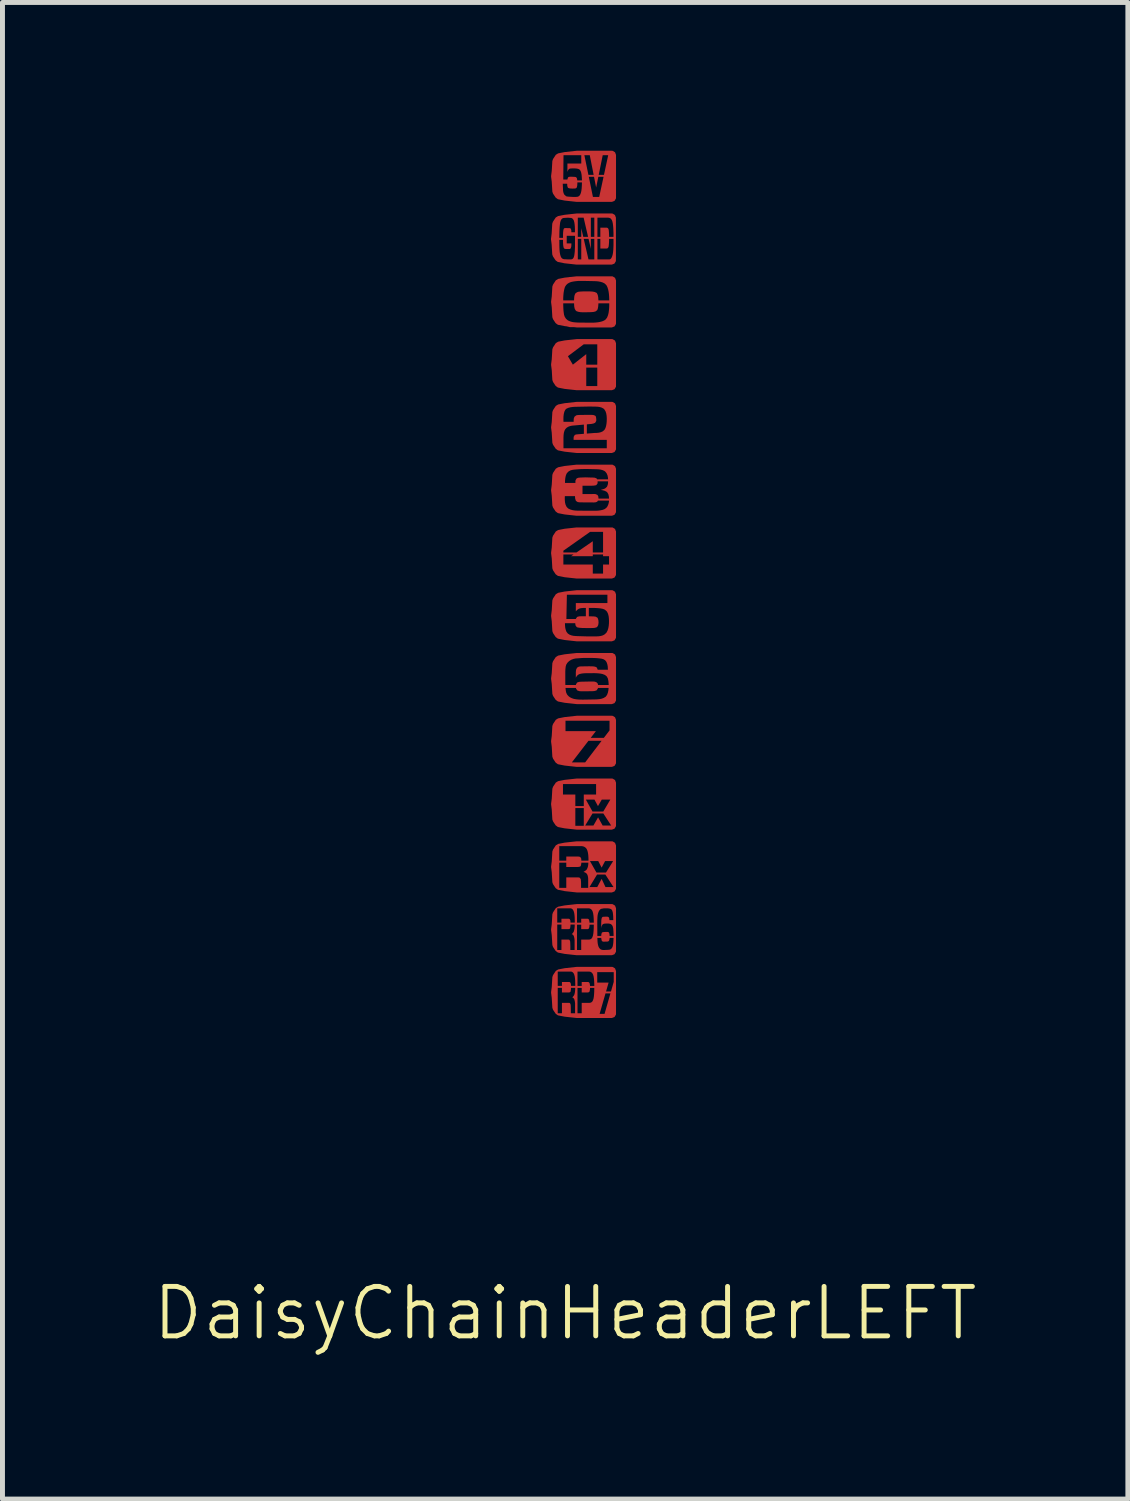
<source format=kicad_pcb>
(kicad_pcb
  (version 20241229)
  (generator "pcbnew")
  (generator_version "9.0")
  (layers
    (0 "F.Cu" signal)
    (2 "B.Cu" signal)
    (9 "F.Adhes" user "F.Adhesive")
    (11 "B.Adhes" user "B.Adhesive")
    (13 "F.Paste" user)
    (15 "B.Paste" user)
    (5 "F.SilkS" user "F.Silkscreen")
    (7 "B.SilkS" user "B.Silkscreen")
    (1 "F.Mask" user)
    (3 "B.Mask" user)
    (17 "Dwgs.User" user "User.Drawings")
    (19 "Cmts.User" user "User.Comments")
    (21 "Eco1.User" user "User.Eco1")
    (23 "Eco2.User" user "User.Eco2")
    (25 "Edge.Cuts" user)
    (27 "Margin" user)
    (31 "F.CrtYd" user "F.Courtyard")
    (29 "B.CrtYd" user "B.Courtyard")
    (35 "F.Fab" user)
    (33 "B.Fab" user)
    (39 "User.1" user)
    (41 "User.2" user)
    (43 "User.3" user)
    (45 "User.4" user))
  (footprint "DaisyChainHeaderLEFT"
    (layer "F.Cu")
    (at 8.133 0.517)
    (property "Reference" "DaisyChainHeaderLEFT" (at 0.25 23 0) (unlocked yes) (layer "F.SilkS") (effects (font (size 1 1) (thickness 0.1))))
    (attr smd)
    (pad "1" smd custom (at 0 0) (size 0.046 0.046) (layers "F.Cu" "F.Mask") (options (anchor circle)) (primitives (gr_poly (pts (xy 0.474 -0.506) (xy 0.246 -0.481) (xy 0.239 -0.48) (xy 0.112 -0.455) (xy 0.068 -0.428) (xy 0.065 -0.423) (xy 0.014 -0.346) (xy 0.001 -0.309) (xy -0.011 -0.109) (xy -0.024 -0.009) (xy -0.024 0.009) (xy -0.011 0.109) (xy 0.001 0.309) (xy 0.014 0.346) (xy 0.065 0.423) (xy 0.106 0.453) (xy 0.112 0.455) (xy 0.239 0.48) (xy 0.246 0.481) (xy 0.474 0.506) (xy 0.483 0.507) (xy 1.194 0.507) (xy 1.242 0.489) (xy 1.268 0.445) (xy 1.269 0.432) (xy 1.269 -0.432) (xy 1.251 -0.48) (xy 1.207 -0.506) (xy 1.194 -0.507) (xy 0.483 -0.507)) (width 0.02) (fill no)) (gr_poly (pts (xy 1.119 -0.45) (xy 1.15 0.36) (xy 1.016 0.507) (xy 1.194 0.507) (xy 1.242 0.489) (xy 1.268 0.445) (xy 1.269 0.432) (xy 1.269 -0.432) (xy 1.26 -0.456) (xy 1.251 -0.48) (xy 1.207 -0.506) (xy 1.194 -0.507) (xy 0.91 -0.5)) (width 0.001) (fill yes)) (gr_poly (pts (xy 1.194 0.507) (xy 0.837 0.507) (xy 0.474 0.506) (xy 0.112 0.455) (xy 0.1 0.15) (xy 0.2 0.15) (xy 0.2 0.188) (xy 0.202 0.238) (xy 0.206 0.281) (xy 0.213 0.322) (xy 0.226 0.359) (xy 0.241 0.382) (xy 0.258 0.396) (xy 0.275 0.405) (xy 0.295 0.409) (xy 0.313 0.411) (xy 0.406 0.417) (xy 0.444 0.417) (xy 0.48 0.416) (xy 0.499 0.414) (xy 0.519 0.407) (xy 0.536 0.395) (xy 0.552 0.375) (xy 0.566 0.342) (xy 0.569 0.333) (xy 0.578 0.294) (xy 0.584 0.247) (xy 0.587 0.2) (xy 0.589 0.156) (xy 0.59 0.107) (xy 0.59 0.1) (xy 0.589 0.055) (xy 0.586 0.008) (xy 0.582 -0.036) (xy 0.573 -0.08) (xy 0.567 -0.097) (xy 0.553 -0.124) (xy 0.537 -0.14) (xy 0.52 -0.148) (xy 0.517 -0.149) (xy 0.499 -0.154) (xy 0.481 -0.157) (xy 0.463 -0.159) (xy 0.458 -0.159) (xy 0.44 -0.16) (xy 0.422 -0.16) (xy 0.391 -0.16) (xy 0.361 -0.158) (xy 0.358 -0.158) (xy 0.341 -0.155) (xy 0.324 -0.144) (xy 0.308 -0.121) (xy 0.296 -0.09) (xy 0.296 -0.258) (xy 0.576 -0.258) (xy 0.576 -0.427) (xy 0.639 -0.427) (xy 0.812 0.417) (xy 0.939 0.417) (xy 1.121 -0.427) (xy 1.01 -0.427) (xy 0.877 0.227) (xy 0.748 -0.427) (xy 0.639 -0.427) (xy 0.576 -0.427) (xy 0.217 -0.427) (xy 0.212 0.065) (xy 0.296 0.065) (xy 0.297 0.057) (xy 0.308 0.022) (xy 0.325 0.011) (xy 0.327 0.011) (xy 0.344 0.009) (xy 0.398 0.009) (xy 0.452 0.012) (xy 0.453 0.012) (xy 0.471 0.017) (xy 0.487 0.038) (xy 0.489 0.045) (xy 0.496 0.087) (xy 0.497 0.131) (xy 0.497 0.144) (xy 0.494 0.188) (xy 0.485 0.226) (xy 0.476 0.236) (xy 0.459 0.245) (xy 0.441 0.247) (xy 0.4 0.248) (xy 0.352 0.246) (xy 0.347 0.245) (xy 0.33 0.242) (xy 0.312 0.235) (xy 0.305 0.229) (xy 0.293 0.194) (xy 0.291 0.15) (xy 0.2 0.15) (xy 0.1 0.15) (xy 0.112 -0.455) (xy 0.474 -0.506) (xy 0.846 -0.506) (xy 1.207 -0.506)) (width 0) (fill yes)) (gr_line (start 0.66 -0.01) (end 1.093 -0.01) (width 0.04)) (gr_line (start 0.175 0.103) (end 0.608 0.103) (width 0.04)) (gr_poly (pts (xy 0.474 -0.506) (xy 0.246 -0.481) (xy 0.239 -0.48) (xy 0.112 -0.455) (xy 0.068 -0.428) (xy 0.065 -0.423) (xy 0.014 -0.346) (xy 0.001 -0.309) (xy -0.011 -0.109) (xy -0.024 -0.009) (xy -0.024 0.009) (xy -0.011 0.109) (xy 0.001 0.309) (xy 0.014 0.346) (xy 0.065 0.423) (xy 0.106 0.453) (xy 0.112 0.455) (xy 0.239 0.48) (xy 0.246 0.481) (xy 0.584 0.508) (xy 0.31 0.44) (xy 0.21 0.35) (xy 0.177 -0.373) (xy 0.19 -0.44) (xy 0.483 -0.507)) (width 0.001) (fill yes)) (gr_poly (pts (xy 0.023 -0.014) (xy 0.022 -0.018) (xy 0.02 -0.022) (xy 0.016 -0.025) (xy 0.011 -0.025) (xy -0.011 -0.025) (xy -0.016 -0.025) (xy -0.02 -0.022) (xy -0.022 -0.018) (xy -0.023 -0.014) (xy -0.023 0.014) (xy -0.022 0.018) (xy -0.02 0.022) (xy -0.016 0.025) (xy -0.011 0.025) (xy 0.011 0.025) (xy 0.016 0.025) (xy 0.02 0.022) (xy 0.022 0.018) (xy 0.023 0.014)) (width 0) (fill yes))))
    (pad "2" smd custom (at -0.002 1.269) (size 0.046 0.046) (layers "F.Cu" "F.Mask") (options (anchor circle)) (primitives (gr_poly (pts (xy 0.474 -0.506) (xy 0.246 -0.481) (xy 0.239 -0.48) (xy 0.112 -0.455) (xy 0.068 -0.428) (xy 0.065 -0.423) (xy 0.014 -0.346) (xy 0.001 -0.309) (xy -0.011 -0.109) (xy -0.024 -0.009) (xy -0.024 0.009) (xy -0.011 0.109) (xy 0.001 0.309) (xy 0.014 0.346) (xy 0.065 0.423) (xy 0.106 0.453) (xy 0.112 0.455) (xy 0.239 0.48) (xy 0.246 0.481) (xy 0.474 0.506) (xy 0.483 0.507) (xy 1.194 0.507) (xy 1.242 0.489) (xy 1.268 0.445) (xy 1.269 0.432) (xy 1.269 -0.432) (xy 1.251 -0.48) (xy 1.207 -0.506) (xy 1.194 -0.507) (xy 0.483 -0.507)) (width 0.02) (fill no)) (gr_poly (pts (xy 1.24 -0.43) (xy 1.25 0.4) (xy 1.016 0.507) (xy 1.194 0.507) (xy 1.242 0.489) (xy 1.268 0.445) (xy 1.269 0.432) (xy 1.269 -0.432) (xy 1.26 -0.456) (xy 1.251 -0.48) (xy 1.207 -0.506) (xy 1.194 -0.507) (xy 1.016 -0.508)) (width 0.001) (fill yes)) (gr_line (start 0.472 -0.024) (end 1.242 -0.024) (width 0.04)) (gr_poly (pts (xy 1.09 -0.23) (xy 1.096 -0.23) (xy 1.109 -0.226) (xy 1.122 -0.215) (xy 1.133 -0.188) (xy 1.136 -0.166) (xy 1.139 -0.121) (xy 1.141 -0.073) (xy 1.141 -0.024) (xy 1.141 -0.017) (xy 1.141 0.013) (xy 1.14 0.058) (xy 1.137 0.105) (xy 1.132 0.149) (xy 1.128 0.163) (xy 1.115 0.183) (xy 1.103 0.19) (xy 1.089 0.192) (xy 0.964 0.192) (xy 0.964 -0.23)) (width 0) (fill yes)) (gr_poly (pts (xy 1.272 0.321) (xy 1.271 0.458) (xy 1.075 0.508) (xy 0.488 0.505) (xy 0.244 0.478) (xy 0.067 0.365) (xy 0.067 0.000397) (xy 0.134 0.000397) (xy 0.135 0.105) (xy 0.135 0.121) (xy 0.136 0.168) (xy 0.138 0.216) (xy 0.142 0.263) (xy 0.149 0.305) (xy 0.154 0.325) (xy 0.164 0.354) (xy 0.175 0.376) (xy 0.188 0.39) (xy 0.198 0.397) (xy 0.211 0.403) (xy 0.225 0.407) (xy 0.239 0.409) (xy 0.254 0.409) (xy 0.293 0.411) (xy 0.337 0.412) (xy 0.508 0.412) (xy 0.578 0.412) (xy 0.578 -0.219) (xy 0.724 0.412) (xy 0.842 0.412) (xy 0.842 0.201) (xy 0.905 0.201) (xy 0.905 0.412) (xy 1.146 0.412) (xy 1.148 0.412) (xy 1.162 0.408) (xy 1.176 0.398) (xy 1.189 0.381) (xy 1.2 0.356) (xy 1.204 0.346) (xy 1.214 0.312) (xy 1.221 0.271) (xy 1.225 0.227) (xy 1.226 0.222) (xy 1.228 0.175) (xy 1.23 0.129) (xy 1.23 0.09) (xy 1.23 0.045) (xy 1.23 0.022) (xy 1.23 -0.004) (xy 1.23 -0.053) (xy 1.23 -0.067) (xy 1.23 -0.12) (xy 1.228 -0.169) (xy 1.226 -0.223) (xy 1.222 -0.269) (xy 1.216 -0.316) (xy 1.207 -0.356) (xy 1.201 -0.374) (xy 1.189 -0.396) (xy 1.177 -0.411) (xy 1.162 -0.422) (xy 1.149 -0.427) (xy 1.135 -0.431) (xy 1.119 -0.432) (xy 0.905 -0.432) (xy 0.905 0.201) (xy 0.842 0.201) (xy 0.842 -0.432) (xy 0.772 -0.432) (xy 0.772 0.198) (xy 0.626 -0.432) (xy 0.508 -0.432) (xy 0.508 0.412) (xy 0.337 0.412) (xy 0.375 0.411) (xy 0.386 0.409) (xy 0.4 0.403) (xy 0.415 0.39) (xy 0.426 0.369) (xy 0.436 0.336) (xy 0.442 0.294) (xy 0.447 0.249) (xy 0.449 0.205) (xy 0.451 0.154) (xy 0.451 0.108) (xy 0.451 -0.066) (xy 0.284 -0.066) (xy 0.284 0.088) (xy 0.378 0.088) (xy 0.378 0.11) (xy 0.376 0.15) (xy 0.367 0.183) (xy 0.364 0.188) (xy 0.351 0.199) (xy 0.338 0.202) (xy 0.272 0.201) (xy 0.268 0.201) (xy 0.255 0.2) (xy 0.248 0.198) (xy 0.235 0.193) (xy 0.224 0.181) (xy 0.216 0.149) (xy 0.212 0.12) (xy 0.209 0.075) (xy 0.209 0.029) (xy 0.209 -0.044) (xy 0.209 -0.05) (xy 0.209 -0.094) (xy 0.211 -0.139) (xy 0.216 -0.181) (xy 0.223 -0.205) (xy 0.235 -0.219) (xy 0.249 -0.222) (xy 0.334 -0.221) (xy 0.34 -0.221) (xy 0.353 -0.219) (xy 0.353 -0.219) (xy 0.366 -0.21) (xy 0.375 -0.183) (xy 0.376 -0.181) (xy 0.378 -0.137) (xy 0.45 -0.137) (xy 0.45 -0.152) (xy 0.45 -0.2) (xy 0.448 -0.251) (xy 0.444 -0.295) (xy 0.438 -0.336) (xy 0.429 -0.372) (xy 0.426 -0.378) (xy 0.414 -0.399) (xy 0.4 -0.414) (xy 0.386 -0.423) (xy 0.373 -0.427) (xy 0.359 -0.428) (xy 0.309 -0.432) (xy 0.289 -0.431) (xy 0.234 -0.427) (xy 0.23 -0.427) (xy 0.215 -0.425) (xy 0.201 -0.42) (xy 0.186 -0.409) (xy 0.173 -0.394) (xy 0.161 -0.37) (xy 0.151 -0.334) (xy 0.15 -0.328) (xy 0.145 -0.286) (xy 0.141 -0.244) (xy 0.138 -0.194) (xy 0.136 -0.148) (xy 0.135 -0.098) (xy 0.134 -0.044) (xy 0.134 0.000397) (xy 0.067 0.005) (xy 0.117 -0.457) (xy 0.479 -0.509) (xy 0.834 -0.503) (xy 1.199 -0.509) (xy 1.274 -0.434)) (width 0) (fill yes)) (gr_line (start 0.052 -0.004) (end 0.212 -0.004) (width 0.04)) (gr_poly (pts (xy 0.474 -0.506) (xy 0.246 -0.481) (xy 0.239 -0.48) (xy 0.112 -0.455) (xy 0.068 -0.428) (xy 0.065 -0.423) (xy 0.014 -0.346) (xy 0.001 -0.309) (xy -0.011 -0.109) (xy -0.024 -0.009) (xy -0.024 0.009) (xy -0.011 0.109) (xy 0.001 0.309) (xy 0.014 0.346) (xy 0.065 0.423) (xy 0.106 0.453) (xy 0.112 0.455) (xy 0.239 0.48) (xy 0.246 0.481) (xy 0.584 0.508) (xy 0.2 0.43) (xy 0.115 0.289) (xy 0.14 -0.38) (xy 0.19 -0.45) (xy 0.483 -0.507)) (width 0.001) (fill yes)) (gr_poly (pts (xy 0.023 -0.014) (xy 0.022 -0.018) (xy 0.02 -0.022) (xy 0.016 -0.025) (xy 0.011 -0.025) (xy -0.011 -0.025) (xy -0.016 -0.025) (xy -0.02 -0.022) (xy -0.022 -0.018) (xy -0.023 -0.014) (xy -0.023 0.014) (xy -0.022 0.018) (xy -0.02 0.022) (xy -0.016 0.025) (xy -0.011 0.025) (xy 0.011 0.025) (xy 0.016 0.025) (xy 0.02 0.022) (xy 0.022 0.018) (xy 0.023 0.014)) (width 0) (fill yes))))
    (pad "3" smd custom (at 0 2.54 180) (size 0.046 0.046) (layers "F.Cu" "F.Mask") (options (anchor circle)) (primitives (gr_poly (pts (xy -0.474 0.506) (xy -0.246 0.481) (xy -0.239 0.48) (xy -0.112 0.455) (xy -0.068 0.428) (xy -0.065 0.423) (xy -0.014 0.346) (xy -0.001 0.309) (xy 0.011 0.109) (xy 0.024 0.009) (xy 0.024 -0.009) (xy 0.011 -0.109) (xy -0.001 -0.309) (xy -0.014 -0.346) (xy -0.065 -0.423) (xy -0.106 -0.453) (xy -0.112 -0.455) (xy -0.239 -0.48) (xy -0.246 -0.481) (xy -0.474 -0.506) (xy -0.483 -0.507) (xy -1.194 -0.507) (xy -1.242 -0.489) (xy -1.268 -0.445) (xy -1.269 -0.432) (xy -1.269 0.432) (xy -1.251 0.48) (xy -1.207 0.506) (xy -1.194 0.507) (xy -0.483 0.507)) (width 0.02) (fill no)) (gr_poly (pts (xy -1.18 0.35) (xy -1.16 -0.33) (xy -0.98 -0.5) (xy -1.194 -0.507) (xy -1.242 -0.489) (xy -1.268 -0.445) (xy -1.269 -0.432) (xy -1.269 0.432) (xy -1.26 0.456) (xy -1.251 0.48) (xy -1.207 0.506) (xy -1.194 0.507) (xy -0.887 0.502)) (width 0.001) (fill yes)) (gr_line (start -0.203 0) (end -1.143 0) (width 0.06)) (gr_poly (pts (xy -0.62 0.212) (xy -0.582 0.21) (xy -0.559 0.209) (xy -0.52 0.205) (xy -0.504 0.201) (xy -0.468 0.181) (xy -0.452 0.163) (xy -0.437 0.121) (xy -0.432 0.076) (xy -0.43 0.03) (xy -0.43 0.016) (xy -0.43 -0.001) (xy -0.43 -0.019) (xy -0.431 -0.049) (xy -0.434 -0.096) (xy -0.444 -0.141) (xy -0.467 -0.179) (xy -0.486 -0.191) (xy -0.526 -0.203) (xy -0.567 -0.209) (xy -0.612 -0.21) (xy -0.673 -0.21) (xy -0.762 -0.208) (xy -0.782 -0.207) (xy -0.822 -0.204) (xy -0.863 -0.194) (xy -0.898 -0.168) (xy -0.909 -0.142) (xy -0.918 -0.096) (xy -0.922 -0.046) (xy -0.923 -0.002) (xy -0.923 0.013) (xy -0.922 0.044) (xy -0.919 0.092) (xy -0.91 0.139) (xy -0.891 0.178) (xy -0.887 0.182) (xy -0.848 0.2) (xy -0.805 0.208) (xy -0.765 0.211) (xy -0.726 0.212)) (width 0) (fill yes)) (gr_poly (pts (xy -0.094 -0.449) (xy -0.346 -0.511) (xy -0.887 -0.511) (xy -1.249 -0.459) (xy -1.242 0.005) (xy -1.142 0.005) (xy -1.142 -0.042) (xy -1.142 -0.072) (xy -1.14 -0.127) (xy -1.135 -0.177) (xy -1.129 -0.222) (xy -1.117 -0.27) (xy -1.099 -0.316) (xy -1.071 -0.354) (xy -1.039 -0.377) (xy -0.996 -0.395) (xy -0.953 -0.406) (xy -0.912 -0.413) (xy -0.867 -0.418) (xy -0.817 -0.421) (xy -0.776 -0.421) (xy -0.541 -0.419) (xy -0.531 -0.419) (xy -0.485 -0.417) (xy -0.443 -0.414) (xy -0.398 -0.408) (xy -0.354 -0.396) (xy -0.314 -0.379) (xy -0.297 -0.368) (xy -0.266 -0.34) (xy -0.241 -0.3) (xy -0.227 -0.259) (xy -0.223 -0.231) (xy -0.217 -0.184) (xy -0.214 -0.136) (xy -0.212 -0.09) (xy -0.211 -0.04) (xy -0.211 0.005) (xy -0.211 0.029) (xy -0.211 0.075) (xy -0.213 0.12) (xy -0.217 0.165) (xy -0.22 0.191) (xy -0.228 0.237) (xy -0.239 0.28) (xy -0.247 0.304) (xy -0.271 0.341) (xy -0.301 0.369) (xy -0.332 0.387) (xy -0.369 0.402) (xy -0.41 0.411) (xy -0.418 0.412) (xy -0.457 0.418) (xy -0.499 0.422) (xy -0.506 0.423) (xy -0.546 0.424) (xy -0.588 0.424) (xy -0.675 0.423) (xy -0.819 0.42) (xy -0.832 0.42) (xy -0.88 0.418) (xy -0.924 0.414) (xy -0.972 0.404) (xy -1.013 0.391) (xy -1.052 0.37) (xy -1.085 0.337) (xy -1.104 0.3) (xy -1.12 0.251) (xy -1.13 0.202) (xy -1.136 0.156) (xy -1.14 0.106) (xy -1.142 0.05) (xy -1.142 0.013) (xy -1.142 0.005) (xy -1.242 0.005) (xy -1.182 0.466) (xy -0.887 0.502) (xy -0.346 0.504) (xy -0.102 0.452)) (width 0) (fill yes)) (gr_poly (pts (xy -0.474 0.506) (xy -0.246 0.481) (xy -0.239 0.48) (xy -0.112 0.455) (xy -0.068 0.428) (xy -0.065 0.423) (xy -0.014 0.346) (xy -0.001 0.309) (xy 0.011 0.109) (xy 0.024 0.009) (xy 0.024 -0.009) (xy 0.011 -0.109) (xy -0.001 -0.309) (xy -0.014 -0.346) (xy -0.065 -0.423) (xy -0.106 -0.453) (xy -0.112 -0.455) (xy -0.239 -0.48) (xy -0.246 -0.481) (xy -0.584 -0.508) (xy -0.28 -0.42) (xy -0.165 -0.269) (xy -0.165 0.264) (xy -0.22 0.38) (xy -0.483 0.507)) (width 0.001) (fill yes)) (gr_poly (pts (xy -0.023 0.014) (xy -0.022 0.018) (xy -0.02 0.022) (xy -0.016 0.025) (xy -0.011 0.025) (xy 0.011 0.025) (xy 0.016 0.025) (xy 0.02 0.022) (xy 0.022 0.018) (xy 0.023 0.014) (xy 0.023 -0.014) (xy 0.022 -0.018) (xy 0.02 -0.022) (xy 0.016 -0.025) (xy 0.011 -0.025) (xy -0.011 -0.025) (xy -0.016 -0.025) (xy -0.02 -0.022) (xy -0.022 -0.018) (xy -0.023 -0.014)) (width 0) (fill yes))))
    (pad "4" smd custom (at 0 3.81) (size 0.046 0.046) (layers "F.Cu" "F.Mask") (options (anchor circle)) (primitives (gr_poly (pts (xy 0.023 -0.014) (xy 0.022 -0.018) (xy 0.02 -0.022) (xy 0.016 -0.025) (xy 0.011 -0.025) (xy -0.011 -0.025) (xy -0.016 -0.025) (xy -0.02 -0.022) (xy -0.022 -0.018) (xy -0.023 -0.014) (xy -0.023 0.014) (xy -0.022 0.018) (xy -0.02 0.022) (xy -0.016 0.025) (xy -0.011 0.025) (xy 0.011 0.025) (xy 0.016 0.025) (xy 0.02 0.022) (xy 0.022 0.018) (xy 0.023 0.014)) (width 0) (fill yes)) (gr_poly (pts (xy 0.474 -0.506) (xy 0.246 -0.481) (xy 0.239 -0.48) (xy 0.112 -0.455) (xy 0.068 -0.428) (xy 0.065 -0.423) (xy 0.014 -0.346) (xy 0.001 -0.309) (xy -0.011 -0.109) (xy -0.024 -0.009) (xy -0.024 0.009) (xy -0.011 0.109) (xy 0.001 0.309) (xy 0.014 0.346) (xy 0.065 0.423) (xy 0.106 0.453) (xy 0.112 0.455) (xy 0.239 0.48) (xy 0.246 0.481) (xy 0.474 0.506) (xy 0.483 0.507) (xy 1.194 0.507) (xy 1.242 0.489) (xy 1.268 0.445) (xy 1.269 0.432) (xy 1.269 -0.432) (xy 1.251 -0.48) (xy 1.207 -0.506) (xy 1.194 -0.507) (xy 0.483 -0.507)) (width 0.02) (fill no)) (gr_poly (pts (xy 1.1 -0.2) (xy 1.016 0.507) (xy 1.194 0.507) (xy 1.242 0.489) (xy 1.268 0.445) (xy 1.269 0.432) (xy 1.269 -0.432) (xy 1.26 -0.456) (xy 1.251 -0.48) (xy 1.207 -0.506) (xy 1.194 -0.507) (xy 1.016 -0.508)) (width 0.001) (fill yes)) (gr_poly (pts (xy 1.129 -0.5) (xy 1.14 0.487) (xy 0.911 0.513) (xy 0.483 0.507) (xy 0.239 0.48) (xy 0.206 -0.171) (xy 0.306 -0.171) (xy 0.406 0) (xy 0.677 -0.213) (xy 0.677 0.433) (xy 0.9 0.433) (xy 0.9 -0.411) (xy 0.625 -0.411) (xy 0.306 -0.171) (xy 0.206 -0.171) (xy 0.474 -0.506) (xy 0.911 -0.5)) (width 0) (fill yes)) (gr_line (start 0.939 0.03) (end 0.339 0.03) (width 0.06)) (gr_poly (pts (xy 0.474 -0.506) (xy 0.246 -0.481) (xy 0.239 -0.48) (xy 0.112 -0.455) (xy 0.068 -0.428) (xy 0.065 -0.423) (xy 0.014 -0.346) (xy 0.001 -0.309) (xy -0.011 -0.109) (xy -0.024 -0.009) (xy -0.024 0.009) (xy -0.011 0.109) (xy 0.001 0.309) (xy 0.014 0.346) (xy 0.065 0.423) (xy 0.106 0.453) (xy 0.112 0.455) (xy 0.239 0.48) (xy 0.246 0.481) (xy 0.474 0.506) (xy 0.283 0.269) (xy 0.283 -0.264) (xy 0.406 -0.406) (xy 0.483 -0.507)) (width 0.001) (fill yes))))
    (pad "5" smd custom (at 0 5.08) (size 0.046 0.046) (layers "F.Cu" "F.Mask") (options (anchor circle)) (primitives (gr_poly (pts (xy 0.023 -0.014) (xy 0.022 -0.018) (xy 0.02 -0.022) (xy 0.016 -0.025) (xy 0.011 -0.025) (xy -0.011 -0.025) (xy -0.016 -0.025) (xy -0.02 -0.022) (xy -0.022 -0.018) (xy -0.023 -0.014) (xy -0.023 0.014) (xy -0.022 0.018) (xy -0.02 0.022) (xy -0.016 0.025) (xy -0.011 0.025) (xy 0.011 0.025) (xy 0.016 0.025) (xy 0.02 0.022) (xy 0.022 0.018) (xy 0.023 0.014)) (width 0) (fill yes)) (gr_poly (pts (xy 0.474 -0.506) (xy 0.246 -0.481) (xy 0.239 -0.48) (xy 0.112 -0.455) (xy 0.068 -0.428) (xy 0.065 -0.423) (xy 0.014 -0.346) (xy 0.001 -0.309) (xy -0.011 -0.109) (xy -0.024 -0.009) (xy -0.024 0.009) (xy -0.011 0.109) (xy 0.001 0.309) (xy 0.014 0.346) (xy 0.065 0.423) (xy 0.106 0.453) (xy 0.112 0.455) (xy 0.239 0.48) (xy 0.246 0.481) (xy 0.474 0.506) (xy 0.483 0.507) (xy 1.194 0.507) (xy 1.242 0.489) (xy 1.268 0.445) (xy 1.269 0.432) (xy 1.269 -0.432) (xy 1.251 -0.48) (xy 1.207 -0.506) (xy 1.194 -0.507) (xy 0.483 -0.507)) (width 0.02) (fill no)) (gr_poly (pts (xy 1.11 -0.45) (xy 1.11 0.46) (xy 1.016 0.507) (xy 1.194 0.507) (xy 1.242 0.489) (xy 1.268 0.445) (xy 1.269 0.432) (xy 1.269 -0.432) (xy 1.26 -0.456) (xy 1.251 -0.48) (xy 1.207 -0.506) (xy 1.194 -0.507) (xy 1.016 -0.508)) (width 0.001) (fill yes)) (gr_poly (pts (xy 1.194 0.507) (xy 0.824 0.5) (xy 0.483 0.507) (xy 0.112 0.455) (xy 0.119 0.32) (xy 0.115 -0.173) (xy 0.215 -0.173) (xy 0.216 -0.114) (xy 0.422 -0.114) (xy 0.422 -0.143) (xy 0.425 -0.182) (xy 0.439 -0.217) (xy 0.44 -0.218) (xy 0.473 -0.243) (xy 0.488 -0.248) (xy 0.527 -0.252) (xy 0.66 -0.254) (xy 0.776 -0.254) (xy 0.78 -0.254) (xy 0.819 -0.252) (xy 0.858 -0.238) (xy 0.873 -0.217) (xy 0.879 -0.173) (xy 0.88 -0.155) (xy 0.879 -0.132) (xy 0.857 -0.094) (xy 0.822 -0.079) (xy 0.782 -0.071) (xy 0.39 -0.036) (xy 0.36 -0.03) (xy 0.32 -0.017) (xy 0.283 0.004) (xy 0.254 0.034) (xy 0.237 0.065) (xy 0.224 0.109) (xy 0.218 0.156) (xy 0.216 0.204) (xy 0.216 0.421) (xy 1.092 0.421) (xy 1.092 0.252) (xy 0.421 0.252) (xy 0.421 0.215) (xy 0.423 0.189) (xy 0.445 0.151) (xy 0.474 0.142) (xy 0.514 0.138) (xy 0.671 0.126) (xy 0.856 0.111) (xy 0.889 0.111) (xy 0.934 0.106) (xy 0.973 0.096) (xy 1.009 0.08) (xy 1.044 0.051) (xy 1.065 0.014) (xy 1.078 -0.028) (xy 1.086 -0.072) (xy 1.091 -0.123) (xy 1.092 -0.17) (xy 1.092 -0.188) (xy 1.089 -0.235) (xy 1.081 -0.284) (xy 1.066 -0.328) (xy 1.042 -0.366) (xy 1.025 -0.382) (xy 0.989 -0.401) (xy 0.95 -0.413) (xy 0.911 -0.419) (xy 0.867 -0.421) (xy 0.741 -0.423) (xy 0.491 -0.418) (xy 0.444 -0.417) (xy 0.402 -0.414) (xy 0.358 -0.408) (xy 0.316 -0.397) (xy 0.274 -0.378) (xy 0.254 -0.358) (xy 0.234 -0.319) (xy 0.222 -0.271) (xy 0.216 -0.221) (xy 0.215 -0.173) (xy 0.115 -0.173) (xy 0.239 -0.48) (xy 0.483 -0.507) (xy 0.816 -0.513) (xy 1.159 -0.49)) (width 0) (fill yes)) (gr_line (start 0.659 -0.065) (end 0.659 0.145) (width 0.06)) (gr_poly (pts (xy 0.474 -0.506) (xy 0.246 -0.481) (xy 0.239 -0.48) (xy 0.112 -0.455) (xy 0.068 -0.428) (xy 0.065 -0.423) (xy 0.014 -0.346) (xy 0.001 -0.309) (xy -0.011 -0.109) (xy -0.024 -0.009) (xy -0.024 0.009) (xy -0.011 0.109) (xy 0.001 0.309) (xy 0.014 0.346) (xy 0.065 0.423) (xy 0.106 0.453) (xy 0.112 0.455) (xy 0.239 0.48) (xy 0.246 0.481) (xy 0.474 0.506) (xy 0.33 0.45) (xy 0.16 0.43) (xy 0.18 -0.254) (xy 0.23 -0.39) (xy 0.483 -0.507)) (width 0.001) (fill yes))))
    (pad "6" smd custom (at 0 6.35) (size 0.046 0.046) (layers "F.Cu" "F.Mask") (options (anchor circle)) (primitives (gr_poly (pts (xy 0.474 -0.506) (xy 0.246 -0.481) (xy 0.239 -0.48) (xy 0.112 -0.455) (xy 0.068 -0.428) (xy 0.065 -0.423) (xy 0.014 -0.346) (xy 0.001 -0.309) (xy -0.011 -0.109) (xy -0.024 -0.009) (xy -0.024 0.009) (xy -0.011 0.109) (xy 0.001 0.309) (xy 0.014 0.346) (xy 0.065 0.423) (xy 0.106 0.453) (xy 0.112 0.455) (xy 0.239 0.48) (xy 0.246 0.481) (xy 0.474 0.506) (xy 0.33 0.45) (xy 0.17 0.279) (xy 0.17 -0.254) (xy 0.27 -0.42) (xy 0.483 -0.507)) (width 0.001) (fill yes)) (gr_poly (pts (xy 1.194 0.507) (xy 0.853 0.505) (xy 0.474 0.506) (xy 0.112 0.455) (xy 0.142 0.166) (xy 0.242 0.166) (xy 0.243 0.194) (xy 0.247 0.245) (xy 0.259 0.294) (xy 0.28 0.338) (xy 0.31 0.368) (xy 0.314 0.371) (xy 0.354 0.39) (xy 0.398 0.403) (xy 0.441 0.41) (xy 0.481 0.413) (xy 0.526 0.414) (xy 0.669 0.415) (xy 0.846 0.415) (xy 0.879 0.415) (xy 0.919 0.413) (xy 0.964 0.407) (xy 1.01 0.397) (xy 1.047 0.383) (xy 1.083 0.357) (xy 1.107 0.325) (xy 1.126 0.28) (xy 1.136 0.234) (xy 1.138 0.188) (xy 1.138 0.175) (xy 1.135 0.128) (xy 1.124 0.081) (xy 1.102 0.044) (xy 1.084 0.029) (xy 1.047 0.011) (xy 1.009 0.001) (xy 0.969 -0.006) (xy 0.999 -0.015) (xy 1.039 -0.027) (xy 1.064 -0.04) (xy 1.095 -0.069) (xy 1.101 -0.081) (xy 1.115 -0.122) (xy 1.117 -0.145) (xy 1.119 -0.19) (xy 1.119 -0.207) (xy 1.116 -0.254) (xy 1.107 -0.3) (xy 1.089 -0.342) (xy 1.061 -0.377) (xy 1.042 -0.391) (xy 1.003 -0.408) (xy 0.962 -0.418) (xy 0.922 -0.423) (xy 0.876 -0.425) (xy 0.702 -0.429) (xy 0.672 -0.429) (xy 0.64 -0.429) (xy 0.6 -0.428) (xy 0.561 -0.427) (xy 0.549 -0.426) (xy 0.509 -0.423) (xy 0.468 -0.42) (xy 0.425 -0.416) (xy 0.397 -0.412) (xy 0.358 -0.401) (xy 0.321 -0.381) (xy 0.29 -0.35) (xy 0.277 -0.331) (xy 0.262 -0.29) (xy 0.253 -0.245) (xy 0.248 -0.199) (xy 0.247 -0.147) (xy 0.458 -0.147) (xy 0.457 -0.169) (xy 0.46 -0.2) (xy 0.482 -0.238) (xy 0.516 -0.252) (xy 0.557 -0.256) (xy 0.664 -0.26) (xy 0.789 -0.256) (xy 0.799 -0.256) (xy 0.807 -0.256) (xy 0.849 -0.253) (xy 0.887 -0.238) (xy 0.903 -0.208) (xy 0.907 -0.163) (xy 0.905 -0.136) (xy 0.879 -0.102) (xy 0.871 -0.1) (xy 0.831 -0.093) (xy 0.791 -0.091) (xy 0.752 -0.091) (xy 0.601 -0.091) (xy 0.601 0.078) (xy 0.78 0.078) (xy 0.835 0.076) (xy 0.867 0.079) (xy 0.904 0.096) (xy 0.92 0.124) (xy 0.925 0.168) (xy 0.923 0.195) (xy 0.899 0.232) (xy 0.868 0.244) (xy 0.829 0.248) (xy 0.803 0.247) (xy 0.678 0.247) (xy 0.548 0.245) (xy 0.544 0.245) (xy 0.504 0.24) (xy 0.47 0.217) (xy 0.465 0.21) (xy 0.452 0.166) (xy 0.449 0.12) (xy 0.244 0.12) (xy 0.242 0.166) (xy 0.142 0.166) (xy 0.112 -0.455) (xy 0.474 -0.506) (xy 0.862 -0.508) (xy 1.194 -0.507)) (width 0) (fill yes)) (gr_line (start 1.219 -0.2) (end 0.859 -0.2) (width 0.04)) (gr_line (start 1.199 0.19) (end 0.839 0.19) (width 0.04)) (gr_poly (pts (xy 1.15 -0.45) (xy 1.15 0.46) (xy 1.016 0.507) (xy 1.194 0.507) (xy 1.242 0.489) (xy 1.268 0.445) (xy 1.269 0.432) (xy 1.269 -0.432) (xy 1.26 -0.456) (xy 1.251 -0.48) (xy 1.207 -0.506) (xy 1.194 -0.507) (xy 1.016 -0.508)) (width 0.001) (fill yes)) (gr_poly (pts (xy 0.474 -0.506) (xy 0.246 -0.481) (xy 0.239 -0.48) (xy 0.112 -0.455) (xy 0.068 -0.428) (xy 0.065 -0.423) (xy 0.014 -0.346) (xy 0.001 -0.309) (xy -0.011 -0.109) (xy -0.024 -0.009) (xy -0.024 0.009) (xy -0.011 0.109) (xy 0.001 0.309) (xy 0.014 0.346) (xy 0.065 0.423) (xy 0.106 0.453) (xy 0.112 0.455) (xy 0.239 0.48) (xy 0.246 0.481) (xy 0.474 0.506) (xy 0.483 0.507) (xy 1.194 0.507) (xy 1.242 0.489) (xy 1.268 0.445) (xy 1.269 0.432) (xy 1.269 -0.432) (xy 1.251 -0.48) (xy 1.207 -0.506) (xy 1.194 -0.507) (xy 0.483 -0.507)) (width 0.02) (fill no)) (gr_poly (pts (xy 0.023 -0.014) (xy 0.022 -0.018) (xy 0.02 -0.022) (xy 0.016 -0.025) (xy 0.011 -0.025) (xy -0.011 -0.025) (xy -0.016 -0.025) (xy -0.02 -0.022) (xy -0.022 -0.018) (xy -0.023 -0.014) (xy -0.023 0.014) (xy -0.022 0.018) (xy -0.02 0.022) (xy -0.016 0.025) (xy -0.011 0.025) (xy 0.011 0.025) (xy 0.016 0.025) (xy 0.02 0.022) (xy 0.022 0.018) (xy 0.023 0.014)) (width 0) (fill yes))))
    (pad "7" smd custom (at 0 7.62) (size 0.046 0.046) (layers "F.Cu" "F.Mask") (options (anchor circle)) (primitives (gr_poly (pts (xy 0.474 -0.506) (xy 0.246 -0.481) (xy 0.239 -0.48) (xy 0.112 -0.455) (xy 0.068 -0.428) (xy 0.065 -0.423) (xy 0.014 -0.346) (xy 0.001 -0.309) (xy -0.011 -0.109) (xy -0.024 -0.009) (xy -0.024 0.009) (xy -0.011 0.109) (xy 0.001 0.309) (xy 0.014 0.346) (xy 0.065 0.423) (xy 0.106 0.453) (xy 0.112 0.455) (xy 0.239 0.48) (xy 0.246 0.481) (xy 0.474 0.506) (xy 0.33 0.45) (xy 0.18 0.29) (xy 0.18 0.02) (xy 0.29 -0.36) (xy 0.322 -0.427) (xy 0.483 -0.507)) (width 0.001) (fill yes)) (gr_poly (pts (xy 1.227 0.455) (xy 1.099 0.506) (xy 0.474 0.506) (xy 0.112 0.455) (xy 0.114 -0.046) (xy 0.214 -0.046) (xy 0.214 0.065) (xy 0.214 0.234) (xy 0.809 0.234) (xy 0.809 0.417) (xy 1.017 0.417) (xy 1.017 0.234) (xy 1.138 0.234) (xy 1.138 0.065) (xy 1.017 0.065) (xy 1.017 -0.427) (xy 0.754 -0.427) (xy 0.214 -0.046) (xy 0.114 -0.046) (xy 0.189 -0.44) (xy 0.474 -0.506) (xy 0.856 -0.507) (xy 1.227 -0.455)) (width 0) (fill yes)) (gr_line (start 1.026 0.01) (end 0.211 0.01) (width 0.04)) (gr_poly (pts (xy 0.809 0.065) (xy 0.37 0.065) (xy 0.809 -0.238)) (width 0) (fill yes)) (gr_poly (pts (xy 1.17 -0.44) (xy 1.17 0.47) (xy 1.016 0.507) (xy 1.194 0.507) (xy 1.242 0.489) (xy 1.268 0.445) (xy 1.269 0.432) (xy 1.269 -0.432) (xy 1.26 -0.456) (xy 1.251 -0.48) (xy 1.207 -0.506) (xy 1.194 -0.507) (xy 0.856 -0.507)) (width 0.001) (fill yes)) (gr_poly (pts (xy 0.474 -0.506) (xy 0.246 -0.481) (xy 0.239 -0.48) (xy 0.112 -0.455) (xy 0.068 -0.428) (xy 0.065 -0.423) (xy 0.014 -0.346) (xy 0.001 -0.309) (xy -0.011 -0.109) (xy -0.024 -0.009) (xy -0.024 0.009) (xy -0.011 0.109) (xy 0.001 0.309) (xy 0.014 0.346) (xy 0.065 0.423) (xy 0.106 0.453) (xy 0.112 0.455) (xy 0.239 0.48) (xy 0.246 0.481) (xy 0.474 0.506) (xy 0.483 0.507) (xy 1.194 0.507) (xy 1.242 0.489) (xy 1.268 0.445) (xy 1.269 0.432) (xy 1.269 -0.432) (xy 1.251 -0.48) (xy 1.207 -0.506) (xy 1.194 -0.507) (xy 0.483 -0.507)) (width 0.02) (fill no)) (gr_poly (pts (xy 0.023 -0.014) (xy 0.022 -0.018) (xy 0.02 -0.022) (xy 0.016 -0.025) (xy 0.011 -0.025) (xy -0.011 -0.025) (xy -0.016 -0.025) (xy -0.02 -0.022) (xy -0.022 -0.018) (xy -0.023 -0.014) (xy -0.023 0.014) (xy -0.022 0.018) (xy -0.02 0.022) (xy -0.016 0.025) (xy -0.011 0.025) (xy 0.011 0.025) (xy 0.016 0.025) (xy 0.02 0.022) (xy 0.022 0.018) (xy 0.023 0.014)) (width 0) (fill yes))))
    (pad "8" smd custom (at 0 8.89) (size 0.046 0.046) (layers "F.Cu" "F.Mask") (options (anchor circle)) (primitives (gr_poly (pts (xy 0.474 -0.506) (xy 0.246 -0.481) (xy 0.239 -0.48) (xy 0.112 -0.455) (xy 0.068 -0.428) (xy 0.065 -0.423) (xy 0.014 -0.346) (xy 0.001 -0.309) (xy -0.011 -0.109) (xy -0.024 -0.009) (xy -0.024 0.009) (xy -0.011 0.109) (xy 0.001 0.309) (xy 0.014 0.346) (xy 0.065 0.423) (xy 0.106 0.453) (xy 0.112 0.455) (xy 0.239 0.48) (xy 0.246 0.481) (xy 0.474 0.506) (xy 0.33 0.45) (xy 0.2 0.23) (xy 0.24 -0.26) (xy 0.23 -0.43) (xy 0.483 -0.507)) (width 0.001) (fill yes)) (gr_poly (pts (xy 1.251 0.456) (xy 1.016 0.507) (xy 0.483 0.507) (xy 0.239 0.48) (xy 0.146 0.151) (xy 0.246 0.151) (xy 0.247 0.189) (xy 0.251 0.239) (xy 0.261 0.282) (xy 0.276 0.323) (xy 0.305 0.36) (xy 0.34 0.383) (xy 0.378 0.397) (xy 0.418 0.406) (xy 0.463 0.41) (xy 0.504 0.412) (xy 0.718 0.418) (xy 0.804 0.418) (xy 0.888 0.417) (xy 0.93 0.415) (xy 0.975 0.408) (xy 1.014 0.396) (xy 1.051 0.375) (xy 1.084 0.343) (xy 1.09 0.334) (xy 1.11 0.295) (xy 1.124 0.248) (xy 1.132 0.201) (xy 1.136 0.157) (xy 1.137 0.108) (xy 1.137 0.101) (xy 1.135 0.056) (xy 1.13 0.009) (xy 1.119 -0.035) (xy 1.099 -0.079) (xy 1.085 -0.096) (xy 1.053 -0.123) (xy 1.016 -0.139) (xy 0.977 -0.147) (xy 0.972 -0.148) (xy 0.929 -0.153) (xy 0.888 -0.156) (xy 0.848 -0.158) (xy 0.836 -0.158) (xy 0.795 -0.159) (xy 0.753 -0.159) (xy 0.684 -0.159) (xy 0.614 -0.158) (xy 0.608 -0.157) (xy 0.569 -0.154) (xy 0.53 -0.143) (xy 0.494 -0.12) (xy 0.466 -0.089) (xy 0.466 -0.257) (xy 1.105 -0.257) (xy 1.105 -0.426) (xy 0.285 -0.426) (xy 0.275 0.066) (xy 0.466 0.066) (xy 0.468 0.058) (xy 0.493 0.023) (xy 0.532 0.012) (xy 0.537 0.012) (xy 0.576 0.01) (xy 0.699 0.01) (xy 0.822 0.013) (xy 0.825 0.013) (xy 0.866 0.018) (xy 0.903 0.039) (xy 0.908 0.046) (xy 0.922 0.088) (xy 0.926 0.132) (xy 0.925 0.145) (xy 0.919 0.189) (xy 0.897 0.227) (xy 0.878 0.237) (xy 0.838 0.246) (xy 0.798 0.248) (xy 0.703 0.249) (xy 0.594 0.247) (xy 0.583 0.246) (xy 0.543 0.243) (xy 0.501 0.236) (xy 0.485 0.23) (xy 0.46 0.195) (xy 0.454 0.151) (xy 0.246 0.151) (xy 0.146 0.151) (xy 0.188 -0.47) (xy 0.474 -0.506) (xy 0.912 -0.506) (xy 1.159 -0.5)) (width 0) (fill yes)) (gr_line (start 0.699 0.198) (end 0.699 -0.178) (width 0.06)) (gr_poly (pts (xy 1.16 -0.44) (xy 1.17 0.37) (xy 1.016 0.507) (xy 1.194 0.507) (xy 1.242 0.489) (xy 1.268 0.445) (xy 1.269 0.432) (xy 1.269 -0.432) (xy 1.26 -0.456) (xy 1.251 -0.48) (xy 1.207 -0.506) (xy 1.194 -0.507) (xy 1.016 -0.508)) (width 0.001) (fill yes)) (gr_poly (pts (xy 0.474 -0.506) (xy 0.246 -0.481) (xy 0.239 -0.48) (xy 0.112 -0.455) (xy 0.068 -0.428) (xy 0.065 -0.423) (xy 0.014 -0.346) (xy 0.001 -0.309) (xy -0.011 -0.109) (xy -0.024 -0.009) (xy -0.024 0.009) (xy -0.011 0.109) (xy 0.001 0.309) (xy 0.014 0.346) (xy 0.065 0.423) (xy 0.106 0.453) (xy 0.112 0.455) (xy 0.239 0.48) (xy 0.246 0.481) (xy 0.474 0.506) (xy 0.483 0.507) (xy 1.194 0.507) (xy 1.242 0.489) (xy 1.268 0.445) (xy 1.269 0.432) (xy 1.269 -0.432) (xy 1.251 -0.48) (xy 1.207 -0.506) (xy 1.194 -0.507) (xy 0.483 -0.507)) (width 0.02) (fill no)) (gr_poly (pts (xy 0.023 -0.014) (xy 0.022 -0.018) (xy 0.02 -0.022) (xy 0.016 -0.025) (xy 0.011 -0.025) (xy -0.011 -0.025) (xy -0.016 -0.025) (xy -0.02 -0.022) (xy -0.022 -0.018) (xy -0.023 -0.014) (xy -0.023 0.014) (xy -0.022 0.018) (xy -0.02 0.022) (xy -0.016 0.025) (xy -0.011 0.025) (xy 0.011 0.025) (xy 0.016 0.025) (xy 0.02 0.022) (xy 0.022 0.018) (xy 0.023 0.014)) (width 0) (fill yes))))
    (pad "9" smd custom (at 0 10.16) (size 0.046 0.046) (layers "F.Cu" "F.Mask") (options (anchor circle)) (primitives (gr_poly (pts (xy 0.474 -0.506) (xy 0.246 -0.481) (xy 0.239 -0.48) (xy 0.112 -0.455) (xy 0.068 -0.428) (xy 0.065 -0.423) (xy 0.014 -0.346) (xy 0.001 -0.309) (xy -0.011 -0.109) (xy -0.024 -0.009) (xy -0.024 0.009) (xy -0.011 0.109) (xy 0.001 0.309) (xy 0.014 0.346) (xy 0.065 0.423) (xy 0.106 0.453) (xy 0.112 0.455) (xy 0.239 0.48) (xy 0.246 0.481) (xy 0.474 0.506) (xy 0.33 0.45) (xy 0.18 0.269) (xy 0.22 -0.264) (xy 0.26 -0.4) (xy 0.483 -0.507)) (width 0.001) (fill yes)) (gr_poly (pts (xy 1.237 0.455) (xy 1.016 0.507) (xy 0.474 0.506) (xy 0.112 0.455) (xy 0.153 -0.141) (xy 0.253 -0.141) (xy 0.253 -0.137) (xy 0.253 -0.093) (xy 0.253 0.088) (xy 0.254 0.119) (xy 0.255 0.156) (xy 0.255 0.166) (xy 0.259 0.212) (xy 0.265 0.256) (xy 0.272 0.287) (xy 0.291 0.326) (xy 0.32 0.358) (xy 0.348 0.379) (xy 0.384 0.397) (xy 0.424 0.411) (xy 0.444 0.415) (xy 0.483 0.421) (xy 0.523 0.425) (xy 0.563 0.426) (xy 0.606 0.427) (xy 0.839 0.423) (xy 0.85 0.423) (xy 0.899 0.421) (xy 0.942 0.417) (xy 0.988 0.408) (xy 1.031 0.392) (xy 1.069 0.368) (xy 1.073 0.365) (xy 1.099 0.328) (xy 1.115 0.283) (xy 1.125 0.235) (xy 1.129 0.189) (xy 1.131 0.136) (xy 1.129 0.097) (xy 1.125 0.052) (xy 1.116 0.008) (xy 1.112 -0.006) (xy 1.09 -0.045) (xy 1.057 -0.071) (xy 1.039 -0.079) (xy 1.001 -0.093) (xy 0.959 -0.101) (xy 0.921 -0.105) (xy 0.879 -0.108) (xy 0.837 -0.109) (xy 0.681 -0.108) (xy 0.671 -0.108) (xy 0.627 -0.106) (xy 0.584 -0.101) (xy 0.544 -0.092) (xy 0.523 -0.083) (xy 0.489 -0.056) (xy 0.466 -0.018) (xy 0.466 -0.09) (xy 0.466 -0.12) (xy 0.466 -0.127) (xy 0.47 -0.172) (xy 0.471 -0.177) (xy 0.489 -0.216) (xy 0.493 -0.221) (xy 0.529 -0.241) (xy 0.562 -0.245) (xy 0.603 -0.246) (xy 0.733 -0.248) (xy 0.799 -0.247) (xy 0.835 -0.244) (xy 0.873 -0.234) (xy 0.892 -0.22) (xy 0.909 -0.178) (xy 1.115 -0.178) (xy 1.114 -0.203) (xy 1.111 -0.249) (xy 1.102 -0.293) (xy 1.086 -0.336) (xy 1.057 -0.372) (xy 1.02 -0.393) (xy 0.981 -0.403) (xy 0.972 -0.404) (xy 0.931 -0.409) (xy 0.89 -0.413) (xy 0.85 -0.415) (xy 0.82 -0.416) (xy 0.779 -0.417) (xy 0.738 -0.417) (xy 0.697 -0.417) (xy 0.684 -0.417) (xy 0.644 -0.417) (xy 0.603 -0.416) (xy 0.6 -0.416) (xy 0.559 -0.413) (xy 0.518 -0.41) (xy 0.504 -0.409) (xy 0.46 -0.406) (xy 0.419 -0.397) (xy 0.376 -0.381) (xy 0.339 -0.359) (xy 0.326 -0.349) (xy 0.295 -0.318) (xy 0.271 -0.279) (xy 0.26 -0.237) (xy 0.26 -0.232) (xy 0.255 -0.187) (xy 0.253 -0.141) (xy 0.153 -0.141) (xy 0.239 -0.48) (xy 0.483 -0.507) (xy 1.016 -0.508) (xy 1.237 -0.455)) (width 0) (fill yes)) (gr_line (start 1.189 0.16) (end 0.219 0.16) (width 0.06)) (gr_poly (pts (xy 0.825 0.061) (xy 0.854 0.064) (xy 0.892 0.081) (xy 0.911 0.106) (xy 0.918 0.151) (xy 0.918 0.155) (xy 0.912 0.2) (xy 0.889 0.236) (xy 0.879 0.242) (xy 0.839 0.253) (xy 0.798 0.256) (xy 0.591 0.258) (xy 0.575 0.258) (xy 0.534 0.254) (xy 0.495 0.24) (xy 0.494 0.239) (xy 0.47 0.202) (xy 0.465 0.156) (xy 0.469 0.118) (xy 0.492 0.081) (xy 0.496 0.079) (xy 0.534 0.067) (xy 0.573 0.064) (xy 0.716 0.061)) (width 0) (fill yes)) (gr_poly (pts (xy 1.14 -0.44) (xy 1.14 0.47) (xy 1.016 0.507) (xy 1.194 0.507) (xy 1.242 0.489) (xy 1.268 0.445) (xy 1.269 0.432) (xy 1.269 -0.432) (xy 1.26 -0.456) (xy 1.251 -0.48) (xy 1.207 -0.506) (xy 1.194 -0.507) (xy 1.016 -0.508)) (width 0.001) (fill yes)) (gr_poly (pts (xy 0.474 -0.506) (xy 0.246 -0.481) (xy 0.239 -0.48) (xy 0.112 -0.455) (xy 0.068 -0.428) (xy 0.065 -0.423) (xy 0.014 -0.346) (xy 0.001 -0.309) (xy -0.011 -0.109) (xy -0.024 -0.009) (xy -0.024 0.009) (xy -0.011 0.109) (xy 0.001 0.309) (xy 0.014 0.346) (xy 0.065 0.423) (xy 0.106 0.453) (xy 0.112 0.455) (xy 0.239 0.48) (xy 0.246 0.481) (xy 0.474 0.506) (xy 0.483 0.507) (xy 1.194 0.507) (xy 1.242 0.489) (xy 1.268 0.445) (xy 1.269 0.432) (xy 1.269 -0.432) (xy 1.251 -0.48) (xy 1.207 -0.506) (xy 1.194 -0.507) (xy 0.483 -0.507)) (width 0.02) (fill no)) (gr_poly (pts (xy 0.023 -0.014) (xy 0.022 -0.018) (xy 0.02 -0.022) (xy 0.016 -0.025) (xy 0.011 -0.025) (xy -0.011 -0.025) (xy -0.016 -0.025) (xy -0.02 -0.022) (xy -0.022 -0.018) (xy -0.023 -0.014) (xy -0.023 0.014) (xy -0.022 0.018) (xy -0.02 0.022) (xy -0.016 0.025) (xy -0.011 0.025) (xy 0.011 0.025) (xy 0.016 0.025) (xy 0.02 0.022) (xy 0.022 0.018) (xy 0.023 0.014)) (width 0) (fill yes))))
    (pad "10" smd custom (at 0 11.43) (size 0.046 0.046) (layers "F.Cu" "F.Mask") (options (anchor circle)) (primitives (gr_poly (pts (xy 0.474 -0.506) (xy 0.246 -0.481) (xy 0.239 -0.48) (xy 0.112 -0.455) (xy 0.068 -0.428) (xy 0.065 -0.423) (xy 0.014 -0.346) (xy 0.001 -0.309) (xy -0.011 -0.109) (xy -0.024 -0.009) (xy -0.024 0.009) (xy -0.011 0.109) (xy 0.001 0.309) (xy 0.014 0.346) (xy 0.065 0.423) (xy 0.106 0.453) (xy 0.112 0.455) (xy 0.239 0.48) (xy 0.246 0.481) (xy 0.474 0.506) (xy 0.33 0.45) (xy 0.29 0.279) (xy 0.211 -0.221) (xy 0.171 -0.417) (xy 0.483 -0.507)) (width 0.001) (fill yes)) (gr_poly (pts (xy 1.194 0.507) (xy 0.836 0.507) (xy 0.501 0.507) (xy 0.169 0.47) (xy 0.157 -0.206) (xy 0.257 -0.206) (xy 0.872 -0.206) (xy 0.385 0.427) (xy 0.654 0.427) (xy 1.148 -0.221) (xy 1.148 -0.417) (xy 0.257 -0.417) (xy 0.257 -0.206) (xy 0.157 -0.206) (xy 0.169 -0.47) (xy 0.483 -0.507) (xy 0.844 -0.506) (xy 1.194 -0.507)) (width 0) (fill yes)) (gr_line (start 0.499 -0.04) (end 1.109 -0.04) (width 0.06)) (gr_line (start 1.07 -0.05) (end 1.07 -0.05) (width 0.02)) (gr_poly (pts (xy 1.16 -0.44) (xy 1.16 0.47) (xy 1.016 0.507) (xy 1.194 0.507) (xy 1.242 0.489) (xy 1.268 0.445) (xy 1.269 0.432) (xy 1.269 -0.432) (xy 1.26 -0.456) (xy 1.251 -0.48) (xy 1.207 -0.506) (xy 1.194 -0.507) (xy 1.016 -0.508)) (width 0.001) (fill yes)) (gr_poly (pts (xy 0.474 -0.506) (xy 0.246 -0.481) (xy 0.239 -0.48) (xy 0.112 -0.455) (xy 0.068 -0.428) (xy 0.065 -0.423) (xy 0.014 -0.346) (xy 0.001 -0.309) (xy -0.011 -0.109) (xy -0.024 -0.009) (xy -0.024 0.009) (xy -0.011 0.109) (xy 0.001 0.309) (xy 0.014 0.346) (xy 0.065 0.423) (xy 0.106 0.453) (xy 0.112 0.455) (xy 0.239 0.48) (xy 0.246 0.481) (xy 0.474 0.506) (xy 0.483 0.507) (xy 1.194 0.507) (xy 1.242 0.489) (xy 1.268 0.445) (xy 1.269 0.432) (xy 1.269 -0.432) (xy 1.251 -0.48) (xy 1.207 -0.506) (xy 1.194 -0.507) (xy 0.483 -0.507)) (width 0.02) (fill no)) (gr_poly (pts (xy 0.023 -0.014) (xy 0.022 -0.018) (xy 0.02 -0.022) (xy 0.016 -0.025) (xy 0.011 -0.025) (xy -0.011 -0.025) (xy -0.016 -0.025) (xy -0.02 -0.022) (xy -0.022 -0.018) (xy -0.023 -0.014) (xy -0.023 0.014) (xy -0.022 0.018) (xy -0.02 0.022) (xy -0.016 0.025) (xy -0.011 0.025) (xy 0.011 0.025) (xy 0.016 0.025) (xy 0.02 0.022) (xy 0.022 0.018) (xy 0.023 0.014)) (width 0) (fill yes))))
    (pad "11" smd custom (at 0 12.7) (size 0.046 0.046) (layers "F.Cu" "F.Mask") (options (anchor circle)) (primitives (gr_poly (pts (xy 0.023 -0.014) (xy 0.022 -0.018) (xy 0.02 -0.022) (xy 0.016 -0.025) (xy 0.011 -0.025) (xy -0.011 -0.025) (xy -0.016 -0.025) (xy -0.02 -0.022) (xy -0.022 -0.018) (xy -0.023 -0.014) (xy -0.023 0.014) (xy -0.022 0.018) (xy -0.02 0.022) (xy -0.016 0.025) (xy -0.011 0.025) (xy 0.011 0.025) (xy 0.016 0.025) (xy 0.02 0.022) (xy 0.022 0.018) (xy 0.023 0.014)) (width 0) (fill yes)) (gr_poly (pts (xy 0.474 -0.506) (xy 0.246 -0.481) (xy 0.239 -0.48) (xy 0.112 -0.455) (xy 0.068 -0.428) (xy 0.065 -0.423) (xy 0.014 -0.346) (xy 0.001 -0.309) (xy -0.011 -0.109) (xy -0.024 -0.009) (xy -0.024 0.009) (xy -0.011 0.109) (xy 0.001 0.309) (xy 0.014 0.346) (xy 0.065 0.423) (xy 0.106 0.453) (xy 0.112 0.455) (xy 0.239 0.48) (xy 0.246 0.481) (xy 0.474 0.506) (xy 0.483 0.507) (xy 1.194 0.507) (xy 1.242 0.489) (xy 1.268 0.445) (xy 1.269 0.432) (xy 1.269 -0.432) (xy 1.251 -0.48) (xy 1.207 -0.506) (xy 1.194 -0.507) (xy 0.483 -0.507)) (width 0.02) (fill no)) (gr_poly (pts (xy 1.21 -0.44) (xy 1.22 0.44) (xy 1.016 0.507) (xy 1.194 0.507) (xy 1.242 0.489) (xy 1.268 0.445) (xy 1.269 0.432) (xy 1.269 -0.432) (xy 1.26 -0.456) (xy 1.251 -0.48) (xy 1.207 -0.506) (xy 1.194 -0.507) (xy 1.016 -0.508)) (width 0.001) (fill yes)) (gr_poly (pts (xy 1.242 0.489) (xy 0.906 0.506) (xy 0.6 0.51) (xy 0.633 0.457) (xy 0.655 0.434) (xy 0.822 0.434) (xy 0.916 0.268) (xy 1.009 0.434) (xy 1.181 0.434) (xy 1.01 0.17) (xy 1.164 -0.091) (xy 0.991 -0.091) (xy 0.914 0.041) (xy 0.843 -0.091) (xy 0.665 -0.091) (xy 0.815 0.171) (xy 0.655 0.434) (xy 0.633 0.457) (xy 0.633 -0.176) (xy 1.229 -0.19)) (width 0) (fill yes)) (gr_line (start 0.731 0.17) (end 1.091 0.17) (width 0.04)) (gr_line (start 0.37 0.06) (end 0.69 0.06) (width 0.04)) (gr_poly (pts (xy 1.21 -0.44) (xy 1.229 -0.11) (xy 0.659 -0.109) (xy 0.815 0.171) (xy 0.655 0.434) (xy 0.6 0.51) (xy 0.369 0.5) (xy 0.112 0.455) (xy 0.106 -0.194) (xy 0.206 -0.194) (xy 0.456 -0.194) (xy 0.456 0.439) (xy 0.627 0.439) (xy 0.627 -0.194) (xy 0.876 -0.194) (xy 0.876 -0.405) (xy 0.206 -0.405) (xy 0.206 -0.194) (xy 0.106 -0.194) (xy 0.169 -0.46) (xy 0.483 -0.507) (xy 1.194 -0.507)) (width 0) (fill yes)) (gr_poly (pts (xy 0.474 -0.506) (xy 0.246 -0.481) (xy 0.239 -0.48) (xy 0.112 -0.455) (xy 0.068 -0.428) (xy 0.065 -0.423) (xy 0.014 -0.346) (xy 0.001 -0.309) (xy -0.011 -0.109) (xy -0.024 -0.009) (xy -0.024 0.009) (xy -0.011 0.109) (xy 0.001 0.309) (xy 0.014 0.346) (xy 0.065 0.423) (xy 0.106 0.453) (xy 0.112 0.455) (xy 0.239 0.48) (xy 0.246 0.481) (xy 0.474 0.506) (xy 0.33 0.45) (xy 0.157 0.44) (xy 0.14 -0.25) (xy 0.218 -0.46) (xy 0.483 -0.507)) (width 0.001) (fill yes))))
    (pad "12" smd custom (at 0 13.97) (size 0.046 0.046) (layers "F.Cu" "F.Mask") (options (anchor circle)) (primitives (gr_poly (pts (xy 0.474 -0.506) (xy 0.246 -0.481) (xy 0.239 -0.48) (xy 0.112 -0.455) (xy 0.068 -0.428) (xy 0.065 -0.423) (xy 0.014 -0.346) (xy 0.001 -0.309) (xy -0.011 -0.109) (xy -0.024 -0.009) (xy -0.024 0.009) (xy -0.011 0.109) (xy 0.001 0.309) (xy 0.014 0.346) (xy 0.065 0.423) (xy 0.106 0.453) (xy 0.112 0.455) (xy 0.239 0.48) (xy 0.246 0.481) (xy 0.474 0.506) (xy 0.33 0.46) (xy 0.09 0.427) (xy 0.08 -0.08) (xy 0.131 -0.42) (xy 0.39 -0.47) (xy 0.483 -0.507)) (width 0.001) (fill yes)) (gr_line (start 0.098 -0.105) (end 0.721 -0.105) (width 0.04)) (gr_poly (pts (xy 1.229 0.5) (xy 0.834 0.51) (xy 0.677 0.5) (xy 0.72 0.432) (xy 0.742 0.409) (xy 0.899 0.409) (xy 0.988 0.242) (xy 1.066 0.409) (xy 1.228 0.409) (xy 1.057 0.145) (xy 1.221 -0.117) (xy 1.058 -0.117) (xy 0.988 0.015) (xy 0.92 -0.117) (xy 0.752 -0.117) (xy 0.901 0.146) (xy 0.742 0.409) (xy 0.72 0.432) (xy 0.728 -0.198) (xy 1.249 -0.127)) (width 0) (fill yes)) (gr_poly (pts (xy 0.498 -0.209) (xy 0.509 -0.209) (xy 0.531 -0.208) (xy 0.555 -0.2) (xy 0.573 -0.173) (xy 0.576 -0.157) (xy 0.578 -0.113) (xy 0.578 -0.108) (xy 0.576 -0.062) (xy 0.566 -0.019) (xy 0.557 -0.009) (xy 0.533 -0.000479) (xy 0.506 0.002) (xy 0.488 0.002) (xy 0.273 0.002) (xy 0.273 -0.209)) (width 0) (fill yes)) (gr_line (start 0.817 0.135) (end 1.177 0.135) (width 0.04)) (gr_poly (pts (xy 1.249 -0.127) (xy 0.752 -0.117) (xy 0.822 0.263) (xy 0.689 0.505) (xy 0.436 0.505) (xy 0.065 0.423) (xy 0.058 0.002) (xy 0.131 0.002) (xy 0.131 0.424) (xy 0.273 0.424) (xy 0.273 0.213) (xy 0.51 0.213) (xy 0.519 0.213) (xy 0.545 0.219) (xy 0.566 0.248) (xy 0.567 0.255) (xy 0.571 0.3) (xy 0.572 0.345) (xy 0.572 0.424) (xy 0.716 0.424) (xy 0.716 0.263) (xy 0.715 0.224) (xy 0.708 0.182) (xy 0.693 0.146) (xy 0.691 0.144) (xy 0.67 0.123) (xy 0.646 0.11) (xy 0.621 0.102) (xy 0.632 0.095) (xy 0.656 0.08) (xy 0.68 0.061) (xy 0.688 0.05) (xy 0.704 0.016) (xy 0.712 -0.01) (xy 0.718 -0.054) (xy 0.718 -0.06) (xy 0.721 -0.105) (xy 0.722 -0.152) (xy 0.721 -0.188) (xy 0.718 -0.237) (xy 0.711 -0.286) (xy 0.701 -0.326) (xy 0.686 -0.361) (xy 0.668 -0.384) (xy 0.645 -0.402) (xy 0.618 -0.414) (xy 0.591 -0.419) (xy 0.566 -0.42) (xy 0.131 -0.42) (xy 0.131 0.002) (xy 0.058 0.002) (xy 0.112 -0.455) (xy 0.474 -0.506) (xy 0.88 -0.5) (xy 1.209 -0.46)) (width 0) (fill yes)) (gr_poly (pts (xy 1.21 -0.45) (xy 1.23 0.432) (xy 1.016 0.507) (xy 1.194 0.507) (xy 1.242 0.489) (xy 1.268 0.445) (xy 1.269 0.432) (xy 1.269 -0.432) (xy 1.26 -0.456) (xy 1.251 -0.48) (xy 1.207 -0.506) (xy 1.194 -0.507) (xy 0.88 -0.5)) (width 0.001) (fill yes)) (gr_poly (pts (xy 0.474 -0.506) (xy 0.246 -0.481) (xy 0.239 -0.48) (xy 0.112 -0.455) (xy 0.068 -0.428) (xy 0.065 -0.423) (xy 0.014 -0.346) (xy 0.001 -0.309) (xy -0.011 -0.109) (xy -0.024 -0.009) (xy -0.024 0.009) (xy -0.011 0.109) (xy 0.001 0.309) (xy 0.014 0.346) (xy 0.065 0.423) (xy 0.106 0.453) (xy 0.112 0.455) (xy 0.239 0.48) (xy 0.246 0.481) (xy 0.474 0.506) (xy 0.483 0.507) (xy 1.194 0.507) (xy 1.242 0.489) (xy 1.268 0.445) (xy 1.269 0.432) (xy 1.269 -0.432) (xy 1.251 -0.48) (xy 1.207 -0.506) (xy 1.194 -0.507) (xy 0.483 -0.507)) (width 0.02) (fill no)) (gr_poly (pts (xy 0.023 -0.014) (xy 0.022 -0.018) (xy 0.02 -0.022) (xy 0.016 -0.025) (xy 0.011 -0.025) (xy -0.011 -0.025) (xy -0.016 -0.025) (xy -0.02 -0.022) (xy -0.022 -0.018) (xy -0.023 -0.014) (xy -0.023 0.014) (xy -0.022 0.018) (xy -0.02 0.022) (xy -0.016 0.025) (xy -0.011 0.025) (xy 0.011 0.025) (xy 0.016 0.025) (xy 0.02 0.022) (xy 0.022 0.018) (xy 0.023 0.014)) (width 0) (fill yes))))
    (pad "13" smd custom (at 0 15.24 180) (size 0.046 0.046) (layers "F.Cu" "F.Mask") (options (anchor circle)) (primitives (gr_poly (pts (xy -0.023 0.014) (xy -0.022 0.018) (xy -0.02 0.022) (xy -0.016 0.025) (xy -0.011 0.025) (xy 0.011 0.025) (xy 0.016 0.025) (xy 0.02 0.022) (xy 0.022 0.018) (xy 0.023 0.014) (xy 0.023 -0.014) (xy 0.022 -0.018) (xy 0.02 -0.022) (xy 0.016 -0.025) (xy 0.011 -0.025) (xy -0.011 -0.025) (xy -0.016 -0.025) (xy -0.02 -0.022) (xy -0.022 -0.018) (xy -0.023 -0.014)) (width 0) (fill yes)) (gr_poly (pts (xy -0.474 0.506) (xy -0.246 0.481) (xy -0.239 0.48) (xy -0.112 0.455) (xy -0.068 0.428) (xy -0.065 0.423) (xy -0.014 0.346) (xy -0.001 0.309) (xy 0.011 0.109) (xy 0.024 0.009) (xy 0.024 -0.009) (xy 0.011 -0.109) (xy -0.001 -0.309) (xy -0.014 -0.346) (xy -0.065 -0.423) (xy -0.106 -0.453) (xy -0.112 -0.455) (xy -0.239 -0.48) (xy -0.246 -0.481) (xy -0.474 -0.506) (xy -0.483 -0.507) (xy -1.194 -0.507) (xy -1.242 -0.489) (xy -1.268 -0.445) (xy -1.269 -0.432) (xy -1.269 0.432) (xy -1.251 0.48) (xy -1.207 0.506) (xy -1.194 0.507) (xy -0.483 0.507)) (width 0.02) (fill no)) (gr_poly (pts (xy -1.249 0.121) (xy -1.269 -0.441) (xy -1.079 -0.5) (xy -0.819 -0.5) (xy -0.844 0.156) (xy -0.9 0.156) (xy -0.9 0.152) (xy -0.9 0.108) (xy -0.901 -0.073) (xy -0.901 -0.104) (xy -0.901 -0.141) (xy -0.901 -0.151) (xy -0.903 -0.197) (xy -0.905 -0.241) (xy -0.908 -0.272) (xy -0.915 -0.311) (xy -0.925 -0.343) (xy -0.936 -0.364) (xy -0.95 -0.382) (xy -0.964 -0.396) (xy -0.972 -0.4) (xy -0.987 -0.406) (xy -1.002 -0.41) (xy -1.017 -0.411) (xy -1.033 -0.412) (xy -1.12 -0.408) (xy -1.124 -0.408) (xy -1.143 -0.406) (xy -1.159 -0.402) (xy -1.176 -0.393) (xy -1.192 -0.377) (xy -1.206 -0.353) (xy -1.208 -0.35) (xy -1.218 -0.313) (xy -1.224 -0.268) (xy -1.227 -0.22) (xy -1.229 -0.174) (xy -1.23 -0.121) (xy -1.229 -0.082) (xy -1.227 -0.038) (xy -1.224 0.007) (xy -1.223 0.02) (xy -1.214 0.06) (xy -1.202 0.086) (xy -1.195 0.094) (xy -1.181 0.108) (xy -1.165 0.116) (xy -1.151 0.12) (xy -1.135 0.123) (xy -1.12 0.124) (xy -1.061 0.123) (xy -1.057 0.122) (xy -1.041 0.121) (xy -1.025 0.116) (xy -1.01 0.107) (xy -1.002 0.098) (xy -0.989 0.071) (xy -0.98 0.033) (xy -0.98 0.105) (xy -0.98 0.135) (xy -0.98 0.142) (xy -0.982 0.187) (xy -0.982 0.192) (xy -0.989 0.231) (xy -0.99 0.236) (xy -1.004 0.256) (xy -1.016 0.26) (xy -1.032 0.261) (xy -1.08 0.263) (xy -1.105 0.262) (xy -1.119 0.259) (xy -1.133 0.249) (xy -1.14 0.234) (xy -1.146 0.193) (xy -1.224 0.193) (xy -1.223 0.218) (xy -1.222 0.264) (xy -1.219 0.308) (xy -1.213 0.351) (xy -1.202 0.387) (xy -1.188 0.408) (xy -1.173 0.418) (xy -1.17 0.419) (xy -1.155 0.424) (xy -1.139 0.428) (xy -1.124 0.43) (xy -1.113 0.431) (xy -1.098 0.432) (xy -1.082 0.432) (xy -1.067 0.432) (xy -1.062 0.432) (xy -1.047 0.432) (xy -1.032 0.431) (xy -1.031 0.431) (xy -1.015 0.428) (xy -1 0.425) (xy -0.995 0.424) (xy -0.978 0.421) (xy -0.963 0.412) (xy -0.947 0.396) (xy -0.933 0.374) (xy -0.928 0.364) (xy -0.916 0.333) (xy -0.907 0.294) (xy -0.903 0.252) (xy -0.903 0.247) (xy -0.901 0.202) (xy -0.9 0.156) (xy -0.844 0.156) (xy -0.813 0.51) (xy -1.05 0.494) (xy -1.231 0.435)) (width 0) (fill yes)) (gr_line (start -0.885 -0.147) (end -1.229 -0.147) (width 0.04)) (gr_poly (pts (xy -1.115 -0.046) (xy -1.126 -0.049) (xy -1.14 -0.066) (xy -1.147 -0.091) (xy -1.15 -0.136) (xy -1.15 -0.14) (xy -1.148 -0.185) (xy -1.139 -0.221) (xy -1.135 -0.227) (xy -1.12 -0.238) (xy -1.105 -0.241) (xy -1.027 -0.243) (xy -1.021 -0.243) (xy -1.006 -0.239) (xy -0.991 -0.225) (xy -0.991 -0.224) (xy -0.982 -0.187) (xy -0.98 -0.141) (xy -0.981 -0.104) (xy -0.99 -0.066) (xy -0.991 -0.064) (xy -1.006 -0.052) (xy -1.02 -0.049) (xy -1.074 -0.046)) (width 0) (fill yes)) (gr_line (start -0.83 0.121) (end -0.486 0.121) (width 0.04)) (gr_poly (pts (xy -0.698 0.221) (xy -0.704 0.221) (xy -0.72 0.216) (xy -0.733 0.2) (xy -0.734 0.199) (xy -0.742 0.159) (xy -0.744 0.112) (xy -0.742 0.068) (xy -0.734 0.03) (xy -0.729 0.023) (xy -0.714 0.012) (xy -0.699 0.01) (xy -0.575 0.01) (xy -0.575 0.221)) (width 0) (fill yes)) (gr_poly (pts (xy -1.225 0.419) (xy -1.245 -0.415) (xy -1.016 -0.507) (xy -1.194 -0.507) (xy -1.242 -0.489) (xy -1.268 -0.445) (xy -1.269 -0.432) (xy -1.269 0.432) (xy -1.26 0.456) (xy -1.251 0.48) (xy -1.207 0.506) (xy -1.194 0.507) (xy -0.79 0.5)) (width 0.001) (fill yes)) (gr_poly (pts (xy -0.819 -0.5) (xy -0.455 -0.497) (xy -0.454 0.01) (xy -0.49 0.01) (xy -0.49 -0.412) (xy -0.575 -0.412) (xy -0.575 -0.201) (xy -0.709 -0.201) (xy -0.73 -0.201) (xy -0.734 -0.201) (xy -0.752 -0.198) (xy -0.767 -0.192) (xy -0.783 -0.181) (xy -0.798 -0.16) (xy -0.81 -0.128) (xy -0.814 -0.114) (xy -0.821 -0.073) (xy -0.825 -0.03) (xy -0.828 0.021) (xy -0.829 0.068) (xy -0.83 0.121) (xy -0.83 0.133) (xy -0.829 0.187) (xy -0.827 0.235) (xy -0.823 0.285) (xy -0.816 0.331) (xy -0.805 0.37) (xy -0.796 0.388) (xy -0.781 0.408) (xy -0.765 0.42) (xy -0.75 0.427) (xy -0.732 0.431) (xy -0.717 0.432) (xy -0.49 0.432) (xy -0.49 0.01) (xy -0.454 0.01) (xy -0.435 0.513) (xy -0.875 0.513)) (width 0) (fill yes)) (gr_line (start -0.445 0.123) (end -0.085 0.123) (width 0.04)) (gr_poly (pts (xy -0.311 0.221) (xy -0.317 0.221) (xy -0.33 0.22) (xy -0.344 0.211) (xy -0.356 0.184) (xy -0.357 0.168) (xy -0.359 0.124) (xy -0.359 0.12) (xy -0.357 0.074) (xy -0.351 0.031) (xy -0.346 0.021) (xy -0.331 0.012) (xy -0.315 0.01) (xy -0.304 0.01) (xy -0.175 0.01) (xy -0.175 0.221)) (width 0) (fill yes)) (gr_poly (pts (xy -0.465 -0.497) (xy -0.065 -0.423) (xy -0.023 0.014) (xy -0.09 0.01) (xy -0.09 -0.412) (xy -0.175 -0.412) (xy -0.175 -0.201) (xy -0.318 -0.201) (xy -0.323 -0.201) (xy -0.339 -0.208) (xy -0.351 -0.237) (xy -0.352 -0.244) (xy -0.354 -0.288) (xy -0.355 -0.333) (xy -0.355 -0.412) (xy -0.441 -0.412) (xy -0.441 -0.251) (xy -0.441 -0.213) (xy -0.436 -0.17) (xy -0.427 -0.135) (xy -0.427 -0.133) (xy -0.414 -0.111) (xy -0.4 -0.098) (xy -0.384 -0.09) (xy -0.391 -0.084) (xy -0.405 -0.068) (xy -0.419 -0.049) (xy -0.425 -0.038) (xy -0.434 -0.005) (xy -0.439 0.022) (xy -0.443 0.066) (xy -0.443 0.071) (xy -0.444 0.117) (xy -0.445 0.164) (xy -0.444 0.2) (xy -0.443 0.249) (xy -0.439 0.298) (xy -0.433 0.338) (xy -0.423 0.373) (xy -0.412 0.396) (xy -0.399 0.413) (xy -0.382 0.425) (xy -0.366 0.431) (xy -0.351 0.432) (xy -0.09 0.432) (xy -0.09 0.01) (xy -0.023 0.014) (xy -0.039 0.4) (xy -0.112 0.455) (xy -0.449 0.51)) (width 0) (fill yes)) (gr_poly (pts (xy -0.474 0.506) (xy -0.246 0.481) (xy -0.239 0.48) (xy -0.112 0.455) (xy -0.068 0.428) (xy -0.065 0.423) (xy -0.014 0.346) (xy -0.001 0.309) (xy 0.011 0.109) (xy 0.024 0.009) (xy 0.024 -0.009) (xy 0.011 -0.109) (xy -0.001 -0.309) (xy -0.014 -0.346) (xy -0.065 -0.423) (xy -0.106 -0.453) (xy -0.112 -0.455) (xy -0.239 -0.48) (xy -0.246 -0.481) (xy -0.474 -0.506) (xy -0.341 -0.454) (xy -0.16 -0.44) (xy -0.065 -0.423) (xy -0.03 0.176) (xy -0.09 0.432) (xy -0.483 0.507)) (width 0.001) (fill yes))))
    (pad "14" smd custom (at 0 16.51 180) (size 0.046 0.046) (layers "F.Cu" "F.Mask") (options (anchor circle)) (primitives (gr_poly (pts (xy -0.023 0.014) (xy -0.022 0.018) (xy -0.02 0.022) (xy -0.016 0.025) (xy -0.011 0.025) (xy 0.011 0.025) (xy 0.016 0.025) (xy 0.02 0.022) (xy 0.022 0.018) (xy 0.023 0.014) (xy 0.023 -0.014) (xy 0.022 -0.018) (xy 0.02 -0.022) (xy 0.016 -0.025) (xy 0.011 -0.025) (xy -0.011 -0.025) (xy -0.016 -0.025) (xy -0.02 -0.022) (xy -0.022 -0.018) (xy -0.023 -0.014)) (width 0) (fill yes)) (gr_poly (pts (xy -0.474 0.506) (xy -0.246 0.481) (xy -0.239 0.48) (xy -0.112 0.455) (xy -0.068 0.428) (xy -0.065 0.423) (xy -0.014 0.346) (xy -0.001 0.309) (xy 0.011 0.109) (xy 0.024 0.009) (xy 0.024 -0.009) (xy 0.011 -0.109) (xy -0.001 -0.309) (xy -0.014 -0.346) (xy -0.065 -0.423) (xy -0.106 -0.453) (xy -0.112 -0.455) (xy -0.239 -0.48) (xy -0.246 -0.481) (xy -0.474 -0.506) (xy -0.483 -0.507) (xy -1.194 -0.507) (xy -1.242 -0.489) (xy -1.268 -0.445) (xy -1.269 -0.432) (xy -1.269 0.432) (xy -1.251 0.48) (xy -1.207 0.506) (xy -1.194 0.507) (xy -0.483 0.507)) (width 0.02) (fill no)) (gr_poly (pts (xy -0.831 -0.504) (xy -0.465 -0.507) (xy -0.464 0) (xy -0.5 0) (xy -0.5 -0.422) (xy -0.585 -0.422) (xy -0.585 -0.211) (xy -0.719 -0.211) (xy -0.74 -0.211) (xy -0.744 -0.211) (xy -0.762 -0.208) (xy -0.777 -0.202) (xy -0.793 -0.191) (xy -0.808 -0.17) (xy -0.82 -0.138) (xy -0.824 -0.124) (xy -0.831 -0.083) (xy -0.835 -0.04) (xy -0.838 0.011) (xy -0.839 0.058) (xy -0.84 0.111) (xy -0.84 0.123) (xy -0.839 0.177) (xy -0.837 0.225) (xy -0.833 0.275) (xy -0.826 0.321) (xy -0.815 0.36) (xy -0.806 0.378) (xy -0.791 0.398) (xy -0.775 0.41) (xy -0.76 0.417) (xy -0.742 0.421) (xy -0.727 0.422) (xy -0.5 0.422) (xy -0.5 0) (xy -0.464 0) (xy -0.445 0.503) (xy -0.885 0.503)) (width 0) (fill yes)) (gr_line (start -0.455 0.113) (end -0.095 0.113) (width 0.04)) (gr_poly (pts (xy -0.321 0.211) (xy -0.327 0.211) (xy -0.34 0.21) (xy -0.354 0.201) (xy -0.366 0.174) (xy -0.367 0.158) (xy -0.369 0.114) (xy -0.369 0.11) (xy -0.367 0.064) (xy -0.361 0.021) (xy -0.356 0.011) (xy -0.341 0.002) (xy -0.325 0) (xy -0.314 0) (xy -0.185 0) (xy -0.185 0.211)) (width 0) (fill yes)) (gr_line (start -0.84 0.111) (end -0.496 0.111) (width 0.04)) (gr_poly (pts (xy -0.708 0.211) (xy -0.714 0.211) (xy -0.73 0.206) (xy -0.743 0.19) (xy -0.744 0.189) (xy -0.752 0.149) (xy -0.754 0.102) (xy -0.752 0.058) (xy -0.744 0.02) (xy -0.739 0.013) (xy -0.724 0.002) (xy -0.709 0) (xy -0.585 0) (xy -0.585 0.211)) (width 0) (fill yes)) (gr_poly (pts (xy -0.475 -0.507) (xy -0.065 -0.423) (xy -0.045 0) (xy -0.1 0) (xy -0.1 -0.422) (xy -0.185 -0.422) (xy -0.185 -0.211) (xy -0.328 -0.211) (xy -0.333 -0.211) (xy -0.349 -0.218) (xy -0.361 -0.247) (xy -0.362 -0.254) (xy -0.364 -0.298) (xy -0.365 -0.343) (xy -0.365 -0.422) (xy -0.451 -0.422) (xy -0.451 -0.261) (xy -0.451 -0.223) (xy -0.446 -0.18) (xy -0.437 -0.145) (xy -0.437 -0.143) (xy -0.424 -0.121) (xy -0.41 -0.108) (xy -0.394 -0.1) (xy -0.401 -0.094) (xy -0.415 -0.078) (xy -0.429 -0.059) (xy -0.435 -0.048) (xy -0.444 -0.015) (xy -0.449 0.012) (xy -0.453 0.056) (xy -0.453 0.061) (xy -0.454 0.107) (xy -0.455 0.154) (xy -0.454 0.19) (xy -0.453 0.239) (xy -0.449 0.288) (xy -0.443 0.328) (xy -0.433 0.363) (xy -0.422 0.386) (xy -0.409 0.403) (xy -0.392 0.415) (xy -0.376 0.421) (xy -0.361 0.422) (xy -0.1 0.422) (xy -0.1 0) (xy -0.045 0) (xy -0.069 0.44) (xy -0.465 0.513)) (width 0) (fill yes)) (gr_poly (pts (xy -1.233 0.41) (xy -1.241 -0.42) (xy -0.823 -0.504) (xy -1.194 -0.507) (xy -1.242 -0.489) (xy -1.268 -0.445) (xy -1.269 -0.432) (xy -1.269 0.432) (xy -1.26 0.456) (xy -1.251 0.48) (xy -1.207 0.506) (xy -1.194 0.507) (xy -1.016 0.508)) (width 0.001) (fill yes)) (gr_line (start -1.249 0) (end -0.905 0) (width 0.04)) (gr_poly (pts (xy -1.259 -0.106) (xy -1.241 -0.42) (xy -0.823 -0.504) (xy -0.845 0.199) (xy -0.899 0.199) (xy -1.129 0.199) (xy -0.947 -0.434) (xy -1.047 -0.434) (xy -1.233 0.214) (xy -1.233 0.41) (xy -0.899 0.41) (xy -0.899 0.199) (xy -0.849 0.199) (xy -0.849 0.51) (xy -1.209 0.5) (xy -1.245 0.413)) (width 0) (fill yes)) (gr_poly (pts (xy -0.483 0.507) (xy -0.246 0.481) (xy -0.239 0.48) (xy -0.112 0.455) (xy -0.068 0.428) (xy -0.065 0.423) (xy -0.014 0.346) (xy -0.001 0.309) (xy 0.011 0.109) (xy 0.024 0.009) (xy 0.024 -0.009) (xy 0.011 -0.109) (xy -0.001 -0.309) (xy -0.014 -0.346) (xy -0.065 -0.423) (xy -0.106 -0.453) (xy -0.112 -0.455) (xy -0.239 -0.48) (xy -0.246 -0.481) (xy -0.474 -0.506) (xy -0.1 -0.422) (xy -0.059 -0.21) (xy -0.1 0.422) (xy -0.186 0.434) (xy -0.838 0.457) (xy -1.143 0.508)) (width 0.001) (fill yes)))))
  (gr_rect
    (start -3 -3)
    (end 19.767 27.277)
    (stroke (width 0.1) (type default))
    (fill no)
    (layer "Edge.Cuts")))
</source>
